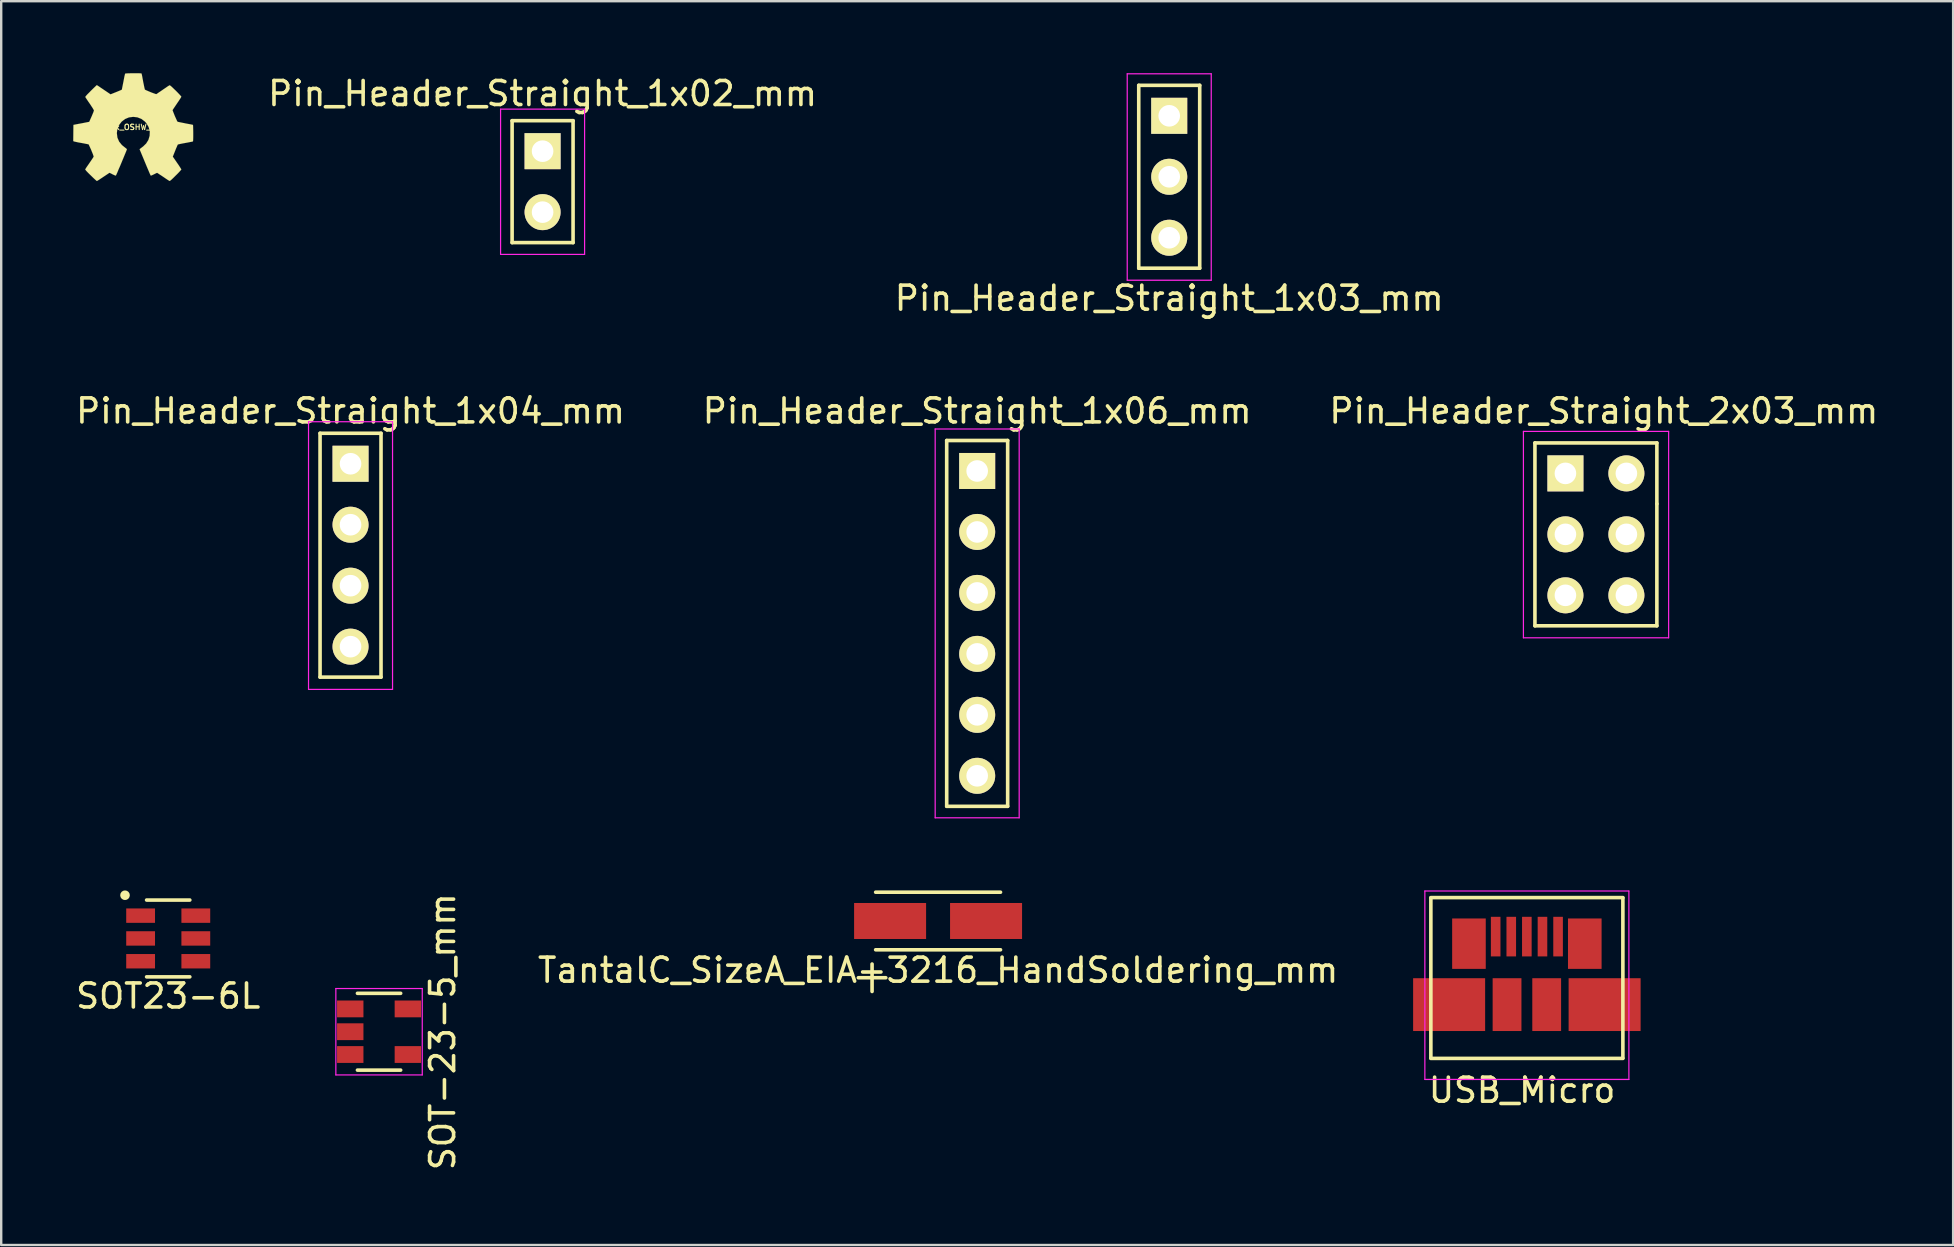
<source format=kicad_pcb>
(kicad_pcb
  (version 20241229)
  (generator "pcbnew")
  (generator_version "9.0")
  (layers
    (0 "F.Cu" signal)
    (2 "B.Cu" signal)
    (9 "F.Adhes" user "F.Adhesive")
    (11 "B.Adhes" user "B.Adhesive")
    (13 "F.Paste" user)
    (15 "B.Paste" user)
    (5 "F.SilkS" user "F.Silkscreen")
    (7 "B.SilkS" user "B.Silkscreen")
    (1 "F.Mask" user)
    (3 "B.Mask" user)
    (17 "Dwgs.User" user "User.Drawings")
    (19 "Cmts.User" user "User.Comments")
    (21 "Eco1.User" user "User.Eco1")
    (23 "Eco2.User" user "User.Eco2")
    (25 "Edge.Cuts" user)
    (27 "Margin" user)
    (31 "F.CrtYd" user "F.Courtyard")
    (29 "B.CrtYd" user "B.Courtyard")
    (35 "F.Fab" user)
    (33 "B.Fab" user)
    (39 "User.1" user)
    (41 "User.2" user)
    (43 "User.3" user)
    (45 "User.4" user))
  (footprint "TantalC_SizeA_EIA-3216_HandSoldering_mm"
    (layer "F.Cu")
    (at 36.032 35.32)
    (property "Reference" "TantalC_SizeA_EIA-3216_HandSoldering_mm" (at 0 2.05 0) (layer "F.SilkS") (effects (font (size 1 1) (thickness 0.15))))
    (attr smd)
    (fp_line (start -2.601 1.199) (end 2.601 1.199) (stroke (width 0.15) (type solid)) (layer "F.SilkS"))
    (fp_line (start 2.601 -1.199) (end -2.601 -1.199) (stroke (width 0.15) (type solid)) (layer "F.SilkS"))
    (fp_text user "+" (at -2.75 2.25 0) (layer "F.SilkS") (effects (font (size 1.5 1.5) (thickness 0.15))))
    (pad "1" smd rect (at -1.999 0) (size 3 1.5) (layers "F.Cu" "F.Mask" "F.Paste"))
    (pad "2" smd rect (at 1.999 0) (size 3 1.5) (layers "F.Cu" "F.Mask" "F.Paste")))
  (footprint "Pin_Header_Straight_2x03_mm"
    (layer "F.Cu")
    (at 62.168 16.672)
    (property "Reference" "Pin_Header_Straight_2x03_mm" (at 1.6 -2.6 0) (layer "F.SilkS") (effects (font (size 1 1) (thickness 0.15))))
    (attr through_hole)
    (fp_line (start -1.27 -1.27) (end -1.27 6.35) (stroke (width 0.15) (type solid)) (layer "F.SilkS"))
    (fp_line (start -1.27 6.35) (end 3.81 6.35) (stroke (width 0.15) (type solid)) (layer "F.SilkS"))
    (fp_line (start 3.81 -1.27) (end -1.27 -1.27) (stroke (width 0.15) (type solid)) (layer "F.SilkS"))
    (fp_line (start 3.81 1.27) (end 3.81 -1.27) (stroke (width 0.15) (type solid)) (layer "F.SilkS"))
    (fp_line (start 3.81 6.35) (end 3.81 1.27) (stroke (width 0.15) (type solid)) (layer "F.SilkS"))
    (fp_line (start -1.75 -1.75) (end -1.75 6.85) (stroke (width 0.05) (type solid)) (layer "F.CrtYd"))
    (fp_line (start -1.75 -1.75) (end 4.3 -1.75) (stroke (width 0.05) (type solid)) (layer "F.CrtYd"))
    (fp_line (start -1.75 6.85) (end 4.3 6.85) (stroke (width 0.05) (type solid)) (layer "F.CrtYd"))
    (fp_line (start 4.3 -1.75) (end 4.3 6.85) (stroke (width 0.05) (type solid)) (layer "F.CrtYd"))
    (pad "1" thru_hole rect (at 0 0) (size 1.5 1.5) (drill 0.9) (layers "*.Cu" "*.Mask" "F.SilkS"))
    (pad "2" thru_hole circle (at 2.54 0) (size 1.5 1.5) (drill 0.9) (layers "*.Cu" "*.Mask" "F.SilkS"))
    (pad "3" thru_hole circle (at 0 2.54) (size 1.5 1.5) (drill 0.9) (layers "*.Cu" "*.Mask" "F.SilkS"))
    (pad "4" thru_hole circle (at 2.54 2.54) (size 1.5 1.5) (drill 0.9) (layers "*.Cu" "*.Mask" "F.SilkS"))
    (pad "5" thru_hole circle (at 0 5.08) (size 1.5 1.5) (drill 0.9) (layers "*.Cu" "*.Mask" "F.SilkS"))
    (pad "6" thru_hole circle (at 2.54 5.08) (size 1.5 1.5) (drill 0.9) (layers "*.Cu" "*.Mask" "F.SilkS")))
  (footprint "USB_Micro"
    (layer "F.Cu")
    (at 60.562 37.471)
    (property "Reference" "USB_Micro" (at -0.2 4.9 0) (layer "F.SilkS") (effects (font (size 1 1) (thickness 0.15))))
    (attr smd)
    (fp_line (start -4 3.556) (end -4 -3.111) (stroke (width 0.15) (type solid)) (layer "F.SilkS"))
    (fp_line (start -4 -3.125) (end 4 -3.125) (stroke (width 0.15) (type solid)) (layer "F.SilkS"))
    (fp_line (start 4 3.575) (end -4 3.575) (stroke (width 0.15) (type solid)) (layer "F.SilkS"))
    (fp_line (start 4 -3.111) (end 4 3.556) (stroke (width 0.15) (type solid)) (layer "F.SilkS"))
    (fp_line (start -4.25 -3.4) (end 4.25 -3.4) (stroke (width 0.05) (type solid)) (layer "F.CrtYd"))
    (fp_line (start -4.25 4.45) (end -4.25 -3.4) (stroke (width 0.05) (type solid)) (layer "F.CrtYd"))
    (fp_line (start 4.25 -3.4) (end 4.25 4.45) (stroke (width 0.05) (type solid)) (layer "F.CrtYd"))
    (fp_line (start 4.25 4.45) (end -4.25 4.45) (stroke (width 0.05) (type solid)) (layer "F.CrtYd"))
    (pad "1" smd rect (at -1.3 -1.5 90) (size 1.65 0.4) (layers "F.Cu" "F.Mask" "F.Paste"))
    (pad "2" smd rect (at -0.65 -1.5 90) (size 1.65 0.4) (layers "F.Cu" "F.Mask" "F.Paste"))
    (pad "3" smd rect (at -0.001 -1.5 90) (size 1.65 0.4) (layers "F.Cu" "F.Mask" "F.Paste"))
    (pad "4" smd rect (at 0.65 -1.5 90) (size 1.65 0.4) (layers "F.Cu" "F.Mask" "F.Paste"))
    (pad "5" smd rect (at 1.3 -1.5 90) (size 1.65 0.4) (layers "F.Cu" "F.Mask" "F.Paste"))
    (pad "6" smd rect (at -3.239 1.333 90) (size 2.2 3) (layers "F.Cu" "F.Mask" "F.Paste"))
    (pad "6" smd rect (at -2.413 -1.206 90) (size 2.1 1.4) (layers "F.Cu" "F.Mask" "F.Paste"))
    (pad "6" smd rect (at -0.826 1.333 90) (size 2.2 1.2) (layers "F.Cu" "F.Mask" "F.Paste"))
    (pad "6" smd rect (at 0.826 1.333 90) (size 2.2 1.2) (layers "F.Cu" "F.Mask" "F.Paste"))
    (pad "6" smd rect (at 2.413 -1.206 90) (size 2.1 1.4) (layers "F.Cu" "F.Mask" "F.Paste"))
    (pad "6" smd rect (at 3.239 1.333 90) (size 2.2 3) (layers "F.Cu" "F.Mask" "F.Paste")))
  (footprint "Pin_Header_Straight_1x06_mm"
    (layer "F.Cu")
    (at 37.661 16.572)
    (property "Reference" "Pin_Header_Straight_1x06_mm" (at 0 -2.5 0) (layer "F.SilkS") (effects (font (size 1 1) (thickness 0.15))))
    (attr through_hole)
    (fp_line (start -1.27 13.97) (end -1.27 -1.27) (stroke (width 0.15) (type solid)) (layer "F.SilkS"))
    (fp_line (start 1.27 -1.27) (end -1.27 -1.27) (stroke (width 0.15) (type solid)) (layer "F.SilkS"))
    (fp_line (start 1.27 -1.27) (end 1.27 13.97) (stroke (width 0.15) (type solid)) (layer "F.SilkS"))
    (fp_line (start 1.27 13.97) (end -1.27 13.97) (stroke (width 0.15) (type solid)) (layer "F.SilkS"))
    (fp_line (start -1.75 -1.75) (end -1.75 14.45) (stroke (width 0.05) (type solid)) (layer "F.CrtYd"))
    (fp_line (start -1.75 -1.75) (end 1.75 -1.75) (stroke (width 0.05) (type solid)) (layer "F.CrtYd"))
    (fp_line (start -1.75 14.45) (end 1.75 14.45) (stroke (width 0.05) (type solid)) (layer "F.CrtYd"))
    (fp_line (start 1.75 -1.75) (end 1.75 14.45) (stroke (width 0.05) (type solid)) (layer "F.CrtYd"))
    (pad "1" thru_hole rect (at 0 0) (size 1.5 1.5) (drill 0.9) (layers "*.Cu" "*.Mask" "F.SilkS"))
    (pad "2" thru_hole circle (at 0 2.54) (size 1.5 1.5) (drill 0.9) (layers "*.Cu" "*.Mask" "F.SilkS"))
    (pad "3" thru_hole circle (at 0 5.08) (size 1.5 1.5) (drill 0.9) (layers "*.Cu" "*.Mask" "F.SilkS"))
    (pad "4" thru_hole circle (at 0 7.62) (size 1.5 1.5) (drill 0.9) (layers "*.Cu" "*.Mask" "F.SilkS"))
    (pad "5" thru_hole circle (at 0 10.16) (size 1.5 1.5) (drill 0.9) (layers "*.Cu" "*.Mask" "F.SilkS"))
    (pad "6" thru_hole circle (at 0 12.7) (size 1.5 1.5) (drill 0.9) (layers "*.Cu" "*.Mask" "F.SilkS")))
  (footprint "Pin_Header_Straight_1x02_mm"
    (layer "F.Cu")
    (at 19.555 3.248)
    (property "Reference" "Pin_Header_Straight_1x02_mm" (at 0 -2.4 0) (layer "F.SilkS") (effects (font (size 1 1) (thickness 0.15))))
    (attr through_hole)
    (fp_line (start -1.27 -1.27) (end -1.27 3.81) (stroke (width 0.15) (type solid)) (layer "F.SilkS"))
    (fp_line (start -1.27 3.81) (end 1.27 3.81) (stroke (width 0.15) (type solid)) (layer "F.SilkS"))
    (fp_line (start 1.27 -1.27) (end -1.27 -1.27) (stroke (width 0.15) (type solid)) (layer "F.SilkS"))
    (fp_line (start 1.27 -1.27) (end 1.27 3.81) (stroke (width 0.15) (type solid)) (layer "F.SilkS"))
    (fp_line (start -1.75 -1.75) (end -1.75 4.3) (stroke (width 0.05) (type solid)) (layer "F.CrtYd"))
    (fp_line (start -1.75 -1.75) (end 1.75 -1.75) (stroke (width 0.05) (type solid)) (layer "F.CrtYd"))
    (fp_line (start -1.75 4.3) (end 1.75 4.3) (stroke (width 0.05) (type solid)) (layer "F.CrtYd"))
    (fp_line (start 1.75 -1.75) (end 1.75 4.3) (stroke (width 0.05) (type solid)) (layer "F.CrtYd"))
    (pad "1" thru_hole rect (at 0 0) (size 1.5 1.5) (drill 0.9) (layers "*.Cu" "*.Mask" "F.SilkS"))
    (pad "2" thru_hole oval (at 0 2.54) (size 1.5 1.5) (drill 0.9) (layers "*.Cu" "*.Mask" "F.SilkS")))
  (footprint "Logo_silk_OSHW_6x6mm_"
    (layer "F.Cu")
    (at 2.501 2.247)
    (property "Reference" "Logo_silk_OSHW_6x6mm_" (at 0 0 0) (layer "F.SilkS") (effects (font (size 0.226 0.226) (thickness 0.043))))
    (attr through_hole)
    (fp_poly (pts (xy -1.514 2.245) (xy -1.488 2.23) (xy -1.43 2.195) (xy -1.346 2.139) (xy -1.247 2.073) (xy -1.148 2.007) (xy -1.067 1.953) (xy -1.011 1.915) (xy -0.986 1.902) (xy -0.973 1.908) (xy -0.927 1.93) (xy -0.859 1.966) (xy -0.818 1.986) (xy -0.757 2.012) (xy -0.724 2.019) (xy -0.719 2.009) (xy -0.696 1.961) (xy -0.66 1.88) (xy -0.615 1.77) (xy -0.559 1.643) (xy -0.503 1.509) (xy -0.445 1.369) (xy -0.389 1.234) (xy -0.34 1.115) (xy -0.3 1.019) (xy -0.274 0.95) (xy -0.264 0.922) (xy -0.267 0.914) (xy -0.3 0.884) (xy -0.353 0.843) (xy -0.472 0.747) (xy -0.589 0.602) (xy -0.66 0.437) (xy -0.683 0.251) (xy -0.663 0.081) (xy -0.597 -0.081) (xy -0.483 -0.229) (xy -0.343 -0.338) (xy -0.18 -0.406) (xy 0 -0.429) (xy 0.173 -0.409) (xy 0.34 -0.343) (xy 0.488 -0.231) (xy 0.551 -0.16) (xy 0.638 -0.01) (xy 0.686 0.147) (xy 0.691 0.188) (xy 0.683 0.363) (xy 0.632 0.533) (xy 0.538 0.683) (xy 0.409 0.808) (xy 0.394 0.818) (xy 0.335 0.864) (xy 0.295 0.894) (xy 0.264 0.919) (xy 0.488 1.458) (xy 0.523 1.542) (xy 0.584 1.689) (xy 0.638 1.816) (xy 0.681 1.918) (xy 0.711 1.984) (xy 0.724 2.012) (xy 0.724 2.014) (xy 0.744 2.017) (xy 0.785 2.002) (xy 0.861 1.966) (xy 0.909 1.941) (xy 0.968 1.913) (xy 0.993 1.902) (xy 1.016 1.915) (xy 1.069 1.951) (xy 1.151 2.004) (xy 1.247 2.068) (xy 1.339 2.131) (xy 1.422 2.187) (xy 1.483 2.225) (xy 1.514 2.243) (xy 1.519 2.243) (xy 1.544 2.228) (xy 1.593 2.187) (xy 1.666 2.118) (xy 1.77 2.014) (xy 1.786 1.999) (xy 1.872 1.913) (xy 1.941 1.839) (xy 1.986 1.788) (xy 2.004 1.765) (xy 1.989 1.735) (xy 1.951 1.674) (xy 1.895 1.587) (xy 1.826 1.488) (xy 1.648 1.229) (xy 1.745 0.986) (xy 1.775 0.909) (xy 1.814 0.82) (xy 1.841 0.754) (xy 1.857 0.726) (xy 1.882 0.716) (xy 1.951 0.701) (xy 2.047 0.681) (xy 2.162 0.66) (xy 2.273 0.64) (xy 2.372 0.62) (xy 2.443 0.607) (xy 2.477 0.599) (xy 2.484 0.594) (xy 2.492 0.579) (xy 2.494 0.546) (xy 2.497 0.485) (xy 2.499 0.391) (xy 2.499 0.251) (xy 2.499 0.236) (xy 2.497 0.107) (xy 2.494 0) (xy 2.492 -0.066) (xy 2.487 -0.094) (xy 2.456 -0.102) (xy 2.385 -0.117) (xy 2.286 -0.135) (xy 2.167 -0.157) (xy 2.159 -0.16) (xy 2.042 -0.183) (xy 1.943 -0.203) (xy 1.872 -0.218) (xy 1.844 -0.229) (xy 1.836 -0.236) (xy 1.814 -0.282) (xy 1.781 -0.356) (xy 1.74 -0.445) (xy 1.702 -0.538) (xy 1.669 -0.622) (xy 1.646 -0.683) (xy 1.638 -0.711) (xy 1.641 -0.714) (xy 1.659 -0.742) (xy 1.699 -0.803) (xy 1.755 -0.886) (xy 1.824 -0.988) (xy 1.829 -0.996) (xy 1.897 -1.095) (xy 1.953 -1.181) (xy 1.989 -1.24) (xy 2.004 -1.267) (xy 2.004 -1.27) (xy 1.981 -1.3) (xy 1.93 -1.356) (xy 1.857 -1.433) (xy 1.77 -1.521) (xy 1.742 -1.547) (xy 1.643 -1.643) (xy 1.577 -1.704) (xy 1.534 -1.737) (xy 1.514 -1.745) (xy 1.483 -1.727) (xy 1.42 -1.687) (xy 1.336 -1.628) (xy 1.234 -1.56) (xy 1.227 -1.554) (xy 1.128 -1.486) (xy 1.044 -1.43) (xy 0.986 -1.389) (xy 0.958 -1.374) (xy 0.955 -1.374) (xy 0.914 -1.387) (xy 0.843 -1.412) (xy 0.754 -1.445) (xy 0.663 -1.483) (xy 0.579 -1.519) (xy 0.516 -1.547) (xy 0.485 -1.565) (xy 0.475 -1.6) (xy 0.457 -1.676) (xy 0.437 -1.778) (xy 0.411 -1.9) (xy 0.409 -1.92) (xy 0.386 -2.04) (xy 0.368 -2.139) (xy 0.353 -2.207) (xy 0.345 -2.235) (xy 0.33 -2.238) (xy 0.272 -2.243) (xy 0.183 -2.245) (xy 0.074 -2.245) (xy -0.038 -2.245) (xy -0.147 -2.243) (xy -0.241 -2.24) (xy -0.31 -2.235) (xy -0.338 -2.23) (xy -0.338 -2.228) (xy -0.348 -2.189) (xy -0.366 -2.116) (xy -0.386 -2.012) (xy -0.409 -1.89) (xy -0.414 -1.867) (xy -0.437 -1.75) (xy -0.457 -1.651) (xy -0.47 -1.585) (xy -0.478 -1.557) (xy -0.49 -1.552) (xy -0.538 -1.532) (xy -0.617 -1.499) (xy -0.716 -1.458) (xy -0.945 -1.367) (xy -1.227 -1.557) (xy -1.252 -1.575) (xy -1.354 -1.643) (xy -1.435 -1.699) (xy -1.494 -1.737) (xy -1.516 -1.75) (xy -1.519 -1.75) (xy -1.547 -1.725) (xy -1.603 -1.671) (xy -1.679 -1.598) (xy -1.768 -1.511) (xy -1.831 -1.445) (xy -1.91 -1.367) (xy -1.958 -1.313) (xy -1.986 -1.28) (xy -1.994 -1.26) (xy -1.991 -1.245) (xy -1.974 -1.217) (xy -1.933 -1.156) (xy -1.875 -1.069) (xy -1.806 -0.97) (xy -1.75 -0.886) (xy -1.689 -0.792) (xy -1.651 -0.726) (xy -1.636 -0.693) (xy -1.641 -0.681) (xy -1.659 -0.625) (xy -1.694 -0.541) (xy -1.735 -0.442) (xy -1.834 -0.221) (xy -1.979 -0.193) (xy -2.068 -0.175) (xy -2.189 -0.152) (xy -2.309 -0.13) (xy -2.492 -0.094) (xy -2.499 0.582) (xy -2.471 0.594) (xy -2.443 0.602) (xy -2.375 0.617) (xy -2.278 0.638) (xy -2.162 0.658) (xy -2.065 0.676) (xy -1.966 0.696) (xy -1.895 0.709) (xy -1.864 0.716) (xy -1.854 0.726) (xy -1.831 0.775) (xy -1.796 0.851) (xy -1.755 0.942) (xy -1.717 1.036) (xy -1.681 1.125) (xy -1.659 1.191) (xy -1.648 1.224) (xy -1.661 1.252) (xy -1.699 1.311) (xy -1.753 1.392) (xy -1.821 1.491) (xy -1.887 1.587) (xy -1.946 1.671) (xy -1.984 1.732) (xy -2.002 1.76) (xy -1.991 1.778) (xy -1.953 1.826) (xy -1.88 1.902) (xy -1.768 2.012) (xy -1.75 2.029) (xy -1.664 2.113) (xy -1.59 2.182) (xy -1.537 2.228) (xy -1.514 2.245)) (stroke (width 0.003) (type solid)) (fill yes) (layer "F.SilkS")))
  (footprint "Pin_Header_Straight_1x04_mm"
    (layer "F.Cu")
    (at 11.554 16.271)
    (property "Reference" "Pin_Header_Straight_1x04_mm" (at 0 -2.2 0) (layer "F.SilkS") (effects (font (size 1 1) (thickness 0.15))))
    (attr through_hole)
    (fp_line (start -1.27 -1.27) (end -1.27 8.89) (stroke (width 0.15) (type solid)) (layer "F.SilkS"))
    (fp_line (start -1.27 8.89) (end 1.27 8.89) (stroke (width 0.15) (type solid)) (layer "F.SilkS"))
    (fp_line (start 1.27 -1.27) (end -1.27 -1.27) (stroke (width 0.15) (type solid)) (layer "F.SilkS"))
    (fp_line (start 1.27 -1.27) (end 1.27 8.89) (stroke (width 0.15) (type solid)) (layer "F.SilkS"))
    (fp_line (start -1.75 -1.75) (end -1.75 9.4) (stroke (width 0.05) (type solid)) (layer "F.CrtYd"))
    (fp_line (start -1.75 -1.75) (end 1.75 -1.75) (stroke (width 0.05) (type solid)) (layer "F.CrtYd"))
    (fp_line (start -1.75 9.4) (end 1.75 9.4) (stroke (width 0.05) (type solid)) (layer "F.CrtYd"))
    (fp_line (start 1.75 -1.75) (end 1.75 9.4) (stroke (width 0.05) (type solid)) (layer "F.CrtYd"))
    (pad "1" thru_hole rect (at 0 0) (size 1.5 1.5) (drill 0.9) (layers "*.Cu" "*.Mask" "F.SilkS"))
    (pad "2" thru_hole oval (at 0 2.54) (size 1.5 1.5) (drill 0.9) (layers "*.Cu" "*.Mask" "F.SilkS"))
    (pad "3" thru_hole oval (at 0 5.08) (size 1.5 1.5) (drill 0.9) (layers "*.Cu" "*.Mask" "F.SilkS"))
    (pad "4" thru_hole oval (at 0 7.62) (size 1.5 1.5) (drill 0.9) (layers "*.Cu" "*.Mask" "F.SilkS")))
  (footprint "SOT23-6L"
    (layer "F.Cu")
    (at 3.958 36.047)
    (property "Reference" "SOT23-6L" (at 0 2.4 0) (layer "F.SilkS") (effects (font (size 1 1) (thickness 0.15))))
    (attr smd)
    (fp_line (start -0.9 -1.6) (end 0.9 -1.6) (stroke (width 0.15) (type solid)) (layer "F.SilkS"))
    (fp_line (start -0.9 1.6) (end 0.9 1.6) (stroke (width 0.15) (type solid)) (layer "F.SilkS"))
    (fp_circle (center -1.8 -1.8) (end -1.7 -1.81) (stroke (width 0.2) (type solid)) (fill no) (layer "F.SilkS"))
    (pad "1" smd rect (at -1.15 -0.95) (size 1.2 0.6) (layers "F.Cu" "F.Mask" "F.Paste"))
    (pad "2" smd rect (at -1.15 0) (size 1.2 0.6) (layers "F.Cu" "F.Mask" "F.Paste"))
    (pad "3" smd rect (at -1.15 0.95) (size 1.2 0.6) (layers "F.Cu" "F.Mask" "F.Paste"))
    (pad "4" smd rect (at 1.15 0.95) (size 1.2 0.6) (layers "F.Cu" "F.Mask" "F.Paste"))
    (pad "5" smd rect (at 1.15 0) (size 1.2 0.6) (layers "F.Cu" "F.Mask" "F.Paste"))
    (pad "6" smd rect (at 1.15 -0.95) (size 1.2 0.6) (layers "F.Cu" "F.Mask" "F.Paste")))
  (footprint "SOT-23-5_mm"
    (layer "F.Cu")
    (at 12.742 39.933)
    (property "Reference" "SOT-23-5_mm" (at 2.65 0 90) (layer "F.SilkS") (effects (font (size 1 1) (thickness 0.15))))
    (attr smd)
    (fp_line (start -0.9 -1.6) (end 0.9 -1.6) (stroke (width 0.15) (type solid)) (layer "F.SilkS"))
    (fp_line (start -0.9 1.6) (end 0.9 1.6) (stroke (width 0.15) (type solid)) (layer "F.SilkS"))
    (fp_line (start -1.8 -1.8) (end 1.8 -1.8) (stroke (width 0.05) (type solid)) (layer "F.CrtYd"))
    (fp_line (start -1.8 1.8) (end -1.8 -1.8) (stroke (width 0.05) (type solid)) (layer "F.CrtYd"))
    (fp_line (start 1.8 -1.8) (end 1.8 1.8) (stroke (width 0.05) (type solid)) (layer "F.CrtYd"))
    (fp_line (start 1.8 1.8) (end -1.8 1.8) (stroke (width 0.05) (type solid)) (layer "F.CrtYd"))
    (pad "1" smd rect (at -1.2 -0.95) (size 1.1 0.7) (layers "F.Cu" "F.Mask" "F.Paste"))
    (pad "2" smd rect (at -1.2 0) (size 1.1 0.7) (layers "F.Cu" "F.Mask" "F.Paste"))
    (pad "3" smd rect (at -1.2 0.95) (size 1.1 0.7) (layers "F.Cu" "F.Mask" "F.Paste"))
    (pad "4" smd rect (at 1.2 0.95) (size 1.1 0.7) (layers "F.Cu" "F.Mask" "F.Paste"))
    (pad "5" smd rect (at 1.2 -0.95) (size 1.1 0.7) (layers "F.Cu" "F.Mask" "F.Paste")))
  (footprint "Pin_Header_Straight_1x03_mm"
    (layer "F.Cu")
    (at 45.662 1.775)
    (property "Reference" "Pin_Header_Straight_1x03_mm" (at 0 7.6 0) (layer "F.SilkS") (effects (font (size 1 1) (thickness 0.15))))
    (attr through_hole)
    (fp_line (start -1.27 -1.27) (end -1.27 6.35) (stroke (width 0.15) (type solid)) (layer "F.SilkS"))
    (fp_line (start -1.27 6.35) (end 1.27 6.35) (stroke (width 0.15) (type solid)) (layer "F.SilkS"))
    (fp_line (start 1.27 -1.27) (end -1.27 -1.27) (stroke (width 0.15) (type solid)) (layer "F.SilkS"))
    (fp_line (start 1.27 6.35) (end 1.27 -1.27) (stroke (width 0.15) (type solid)) (layer "F.SilkS"))
    (fp_line (start -1.75 -1.75) (end -1.75 6.85) (stroke (width 0.05) (type solid)) (layer "F.CrtYd"))
    (fp_line (start -1.75 -1.75) (end 1.75 -1.75) (stroke (width 0.05) (type solid)) (layer "F.CrtYd"))
    (fp_line (start -1.75 6.85) (end 1.75 6.85) (stroke (width 0.05) (type solid)) (layer "F.CrtYd"))
    (fp_line (start 1.75 -1.75) (end 1.75 6.85) (stroke (width 0.05) (type solid)) (layer "F.CrtYd"))
    (pad "1" thru_hole rect (at 0 0) (size 1.5 1.5) (drill 0.9) (layers "*.Cu" "*.Mask" "F.SilkS"))
    (pad "2" thru_hole circle (at 0 2.54) (size 1.5 1.5) (drill 0.9) (layers "*.Cu" "*.Mask" "F.SilkS"))
    (pad "3" thru_hole circle (at 0 5.08) (size 1.5 1.5) (drill 0.9) (layers "*.Cu" "*.Mask" "F.SilkS")))
  (gr_rect
    (start -3 -3)
    (end 78.321 48.82)
    (stroke (width 0.1) (type default))
    (fill no)
    (layer "Edge.Cuts")))
</source>
